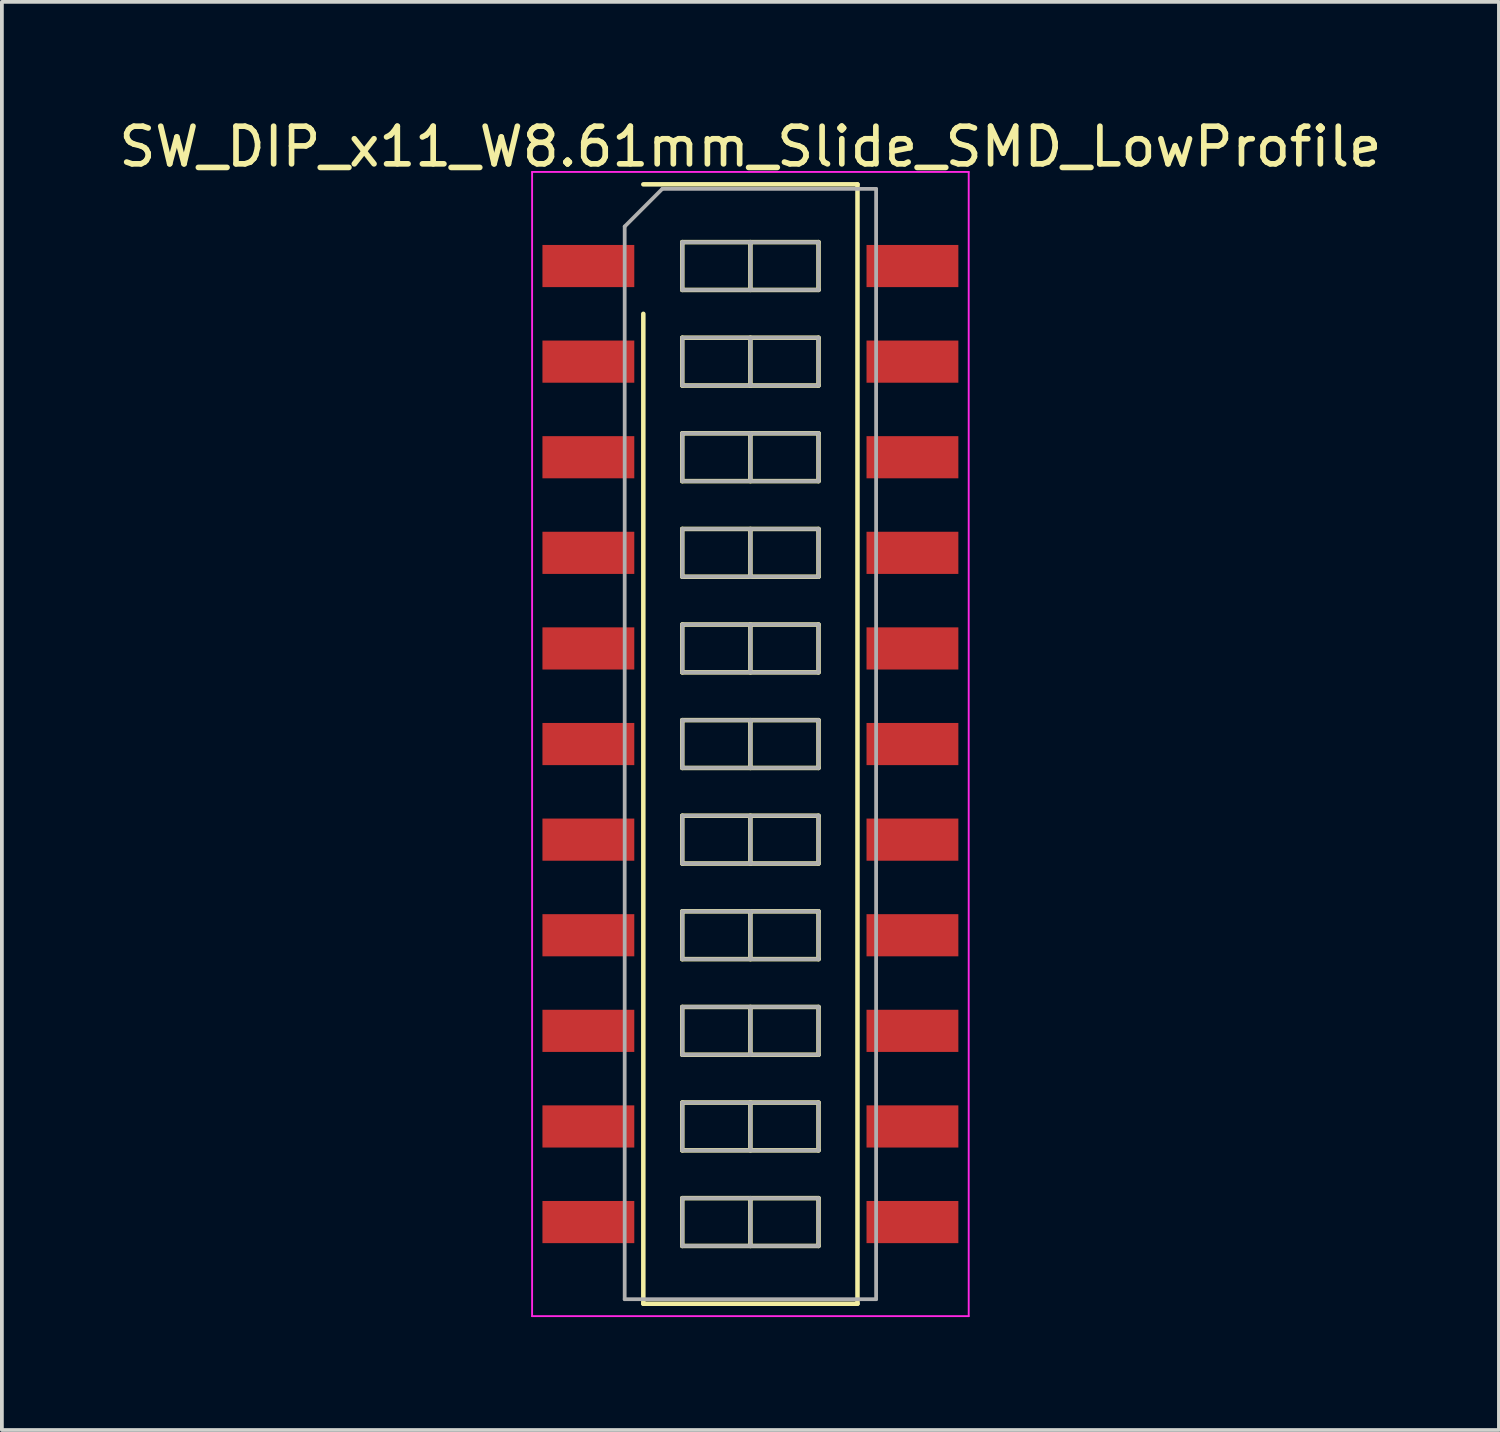
<source format=kicad_pcb>
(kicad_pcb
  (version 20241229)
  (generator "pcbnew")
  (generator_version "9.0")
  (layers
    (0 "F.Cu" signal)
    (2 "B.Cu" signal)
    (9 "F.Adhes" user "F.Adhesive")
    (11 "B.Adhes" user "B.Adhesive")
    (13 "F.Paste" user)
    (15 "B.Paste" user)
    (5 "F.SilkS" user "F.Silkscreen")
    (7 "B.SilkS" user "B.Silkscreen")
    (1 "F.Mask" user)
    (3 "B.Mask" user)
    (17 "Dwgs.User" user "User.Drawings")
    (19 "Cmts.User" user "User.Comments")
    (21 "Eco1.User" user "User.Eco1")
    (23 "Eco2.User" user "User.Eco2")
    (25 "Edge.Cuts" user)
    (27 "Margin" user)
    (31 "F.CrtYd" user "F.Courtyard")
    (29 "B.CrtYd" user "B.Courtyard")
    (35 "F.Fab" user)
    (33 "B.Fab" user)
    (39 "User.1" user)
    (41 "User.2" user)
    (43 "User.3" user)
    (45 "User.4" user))
  (footprint "SW_DIP_x11_W8.61mm_Slide_SMD_LowProfile"
    (layer "F.Cu")
    (at 16.887 16.718)
    (property "Reference" "SW_DIP_x11_W8.61mm_Slide_SMD_LowProfile" (at 0 -15.87 0) (layer "F.SilkS") (effects (font (size 1 1) (thickness 0.15))))
    (attr smd)
    (fp_line (start -2.845 -14.87) (end 2.845 -14.87) (stroke (width 0.12) (type solid)) (layer "F.SilkS"))
    (fp_line (start -2.845 14.87) (end -2.845 -11.43) (stroke (width 0.12) (type solid)) (layer "F.SilkS"))
    (fp_line (start -1.81 -13.335) (end -1.81 -12.065) (stroke (width 0.12) (type solid)) (layer "F.SilkS"))
    (fp_line (start -1.81 -12.065) (end 1.81 -12.065) (stroke (width 0.12) (type solid)) (layer "F.SilkS"))
    (fp_line (start -1.81 -10.795) (end -1.81 -9.525) (stroke (width 0.12) (type solid)) (layer "F.SilkS"))
    (fp_line (start -1.81 -9.525) (end 1.81 -9.525) (stroke (width 0.12) (type solid)) (layer "F.SilkS"))
    (fp_line (start -1.81 -8.255) (end -1.81 -6.985) (stroke (width 0.12) (type solid)) (layer "F.SilkS"))
    (fp_line (start -1.81 -6.985) (end 1.81 -6.985) (stroke (width 0.12) (type solid)) (layer "F.SilkS"))
    (fp_line (start -1.81 -5.715) (end -1.81 -4.445) (stroke (width 0.12) (type solid)) (layer "F.SilkS"))
    (fp_line (start -1.81 -4.445) (end 1.81 -4.445) (stroke (width 0.12) (type solid)) (layer "F.SilkS"))
    (fp_line (start -1.81 -3.175) (end -1.81 -1.905) (stroke (width 0.12) (type solid)) (layer "F.SilkS"))
    (fp_line (start -1.81 -1.905) (end 1.81 -1.905) (stroke (width 0.12) (type solid)) (layer "F.SilkS"))
    (fp_line (start -1.81 -0.635) (end -1.81 0.635) (stroke (width 0.12) (type solid)) (layer "F.SilkS"))
    (fp_line (start -1.81 0.635) (end 1.81 0.635) (stroke (width 0.12) (type solid)) (layer "F.SilkS"))
    (fp_line (start -1.81 1.905) (end -1.81 3.175) (stroke (width 0.12) (type solid)) (layer "F.SilkS"))
    (fp_line (start -1.81 3.175) (end 1.81 3.175) (stroke (width 0.12) (type solid)) (layer "F.SilkS"))
    (fp_line (start -1.81 4.445) (end -1.81 5.715) (stroke (width 0.12) (type solid)) (layer "F.SilkS"))
    (fp_line (start -1.81 5.715) (end 1.81 5.715) (stroke (width 0.12) (type solid)) (layer "F.SilkS"))
    (fp_line (start -1.81 6.985) (end -1.81 8.255) (stroke (width 0.12) (type solid)) (layer "F.SilkS"))
    (fp_line (start -1.81 8.255) (end 1.81 8.255) (stroke (width 0.12) (type solid)) (layer "F.SilkS"))
    (fp_line (start -1.81 9.525) (end -1.81 10.795) (stroke (width 0.12) (type solid)) (layer "F.SilkS"))
    (fp_line (start -1.81 10.795) (end 1.81 10.795) (stroke (width 0.12) (type solid)) (layer "F.SilkS"))
    (fp_line (start -1.81 12.065) (end -1.81 13.335) (stroke (width 0.12) (type solid)) (layer "F.SilkS"))
    (fp_line (start -1.81 13.335) (end 1.81 13.335) (stroke (width 0.12) (type solid)) (layer "F.SilkS"))
    (fp_line (start 0 -13.335) (end 0 -12.065) (stroke (width 0.12) (type solid)) (layer "F.SilkS"))
    (fp_line (start 0 -10.795) (end 0 -9.525) (stroke (width 0.12) (type solid)) (layer "F.SilkS"))
    (fp_line (start 0 -8.255) (end 0 -6.985) (stroke (width 0.12) (type solid)) (layer "F.SilkS"))
    (fp_line (start 0 -5.715) (end 0 -4.445) (stroke (width 0.12) (type solid)) (layer "F.SilkS"))
    (fp_line (start 0 -3.175) (end 0 -1.905) (stroke (width 0.12) (type solid)) (layer "F.SilkS"))
    (fp_line (start 0 -0.635) (end 0 0.635) (stroke (width 0.12) (type solid)) (layer "F.SilkS"))
    (fp_line (start 0 1.905) (end 0 3.175) (stroke (width 0.12) (type solid)) (layer "F.SilkS"))
    (fp_line (start 0 4.445) (end 0 5.715) (stroke (width 0.12) (type solid)) (layer "F.SilkS"))
    (fp_line (start 0 6.985) (end 0 8.255) (stroke (width 0.12) (type solid)) (layer "F.SilkS"))
    (fp_line (start 0 9.525) (end 0 10.795) (stroke (width 0.12) (type solid)) (layer "F.SilkS"))
    (fp_line (start 0 12.065) (end 0 13.335) (stroke (width 0.12) (type solid)) (layer "F.SilkS"))
    (fp_line (start 1.81 -13.335) (end -1.81 -13.335) (stroke (width 0.12) (type solid)) (layer "F.SilkS"))
    (fp_line (start 1.81 -12.065) (end 1.81 -13.335) (stroke (width 0.12) (type solid)) (layer "F.SilkS"))
    (fp_line (start 1.81 -10.795) (end -1.81 -10.795) (stroke (width 0.12) (type solid)) (layer "F.SilkS"))
    (fp_line (start 1.81 -9.525) (end 1.81 -10.795) (stroke (width 0.12) (type solid)) (layer "F.SilkS"))
    (fp_line (start 1.81 -8.255) (end -1.81 -8.255) (stroke (width 0.12) (type solid)) (layer "F.SilkS"))
    (fp_line (start 1.81 -6.985) (end 1.81 -8.255) (stroke (width 0.12) (type solid)) (layer "F.SilkS"))
    (fp_line (start 1.81 -5.715) (end -1.81 -5.715) (stroke (width 0.12) (type solid)) (layer "F.SilkS"))
    (fp_line (start 1.81 -4.445) (end 1.81 -5.715) (stroke (width 0.12) (type solid)) (layer "F.SilkS"))
    (fp_line (start 1.81 -3.175) (end -1.81 -3.175) (stroke (width 0.12) (type solid)) (layer "F.SilkS"))
    (fp_line (start 1.81 -1.905) (end 1.81 -3.175) (stroke (width 0.12) (type solid)) (layer "F.SilkS"))
    (fp_line (start 1.81 -0.635) (end -1.81 -0.635) (stroke (width 0.12) (type solid)) (layer "F.SilkS"))
    (fp_line (start 1.81 0.635) (end 1.81 -0.635) (stroke (width 0.12) (type solid)) (layer "F.SilkS"))
    (fp_line (start 1.81 1.905) (end -1.81 1.905) (stroke (width 0.12) (type solid)) (layer "F.SilkS"))
    (fp_line (start 1.81 3.175) (end 1.81 1.905) (stroke (width 0.12) (type solid)) (layer "F.SilkS"))
    (fp_line (start 1.81 4.445) (end -1.81 4.445) (stroke (width 0.12) (type solid)) (layer "F.SilkS"))
    (fp_line (start 1.81 5.715) (end 1.81 4.445) (stroke (width 0.12) (type solid)) (layer "F.SilkS"))
    (fp_line (start 1.81 6.985) (end -1.81 6.985) (stroke (width 0.12) (type solid)) (layer "F.SilkS"))
    (fp_line (start 1.81 8.255) (end 1.81 6.985) (stroke (width 0.12) (type solid)) (layer "F.SilkS"))
    (fp_line (start 1.81 9.525) (end -1.81 9.525) (stroke (width 0.12) (type solid)) (layer "F.SilkS"))
    (fp_line (start 1.81 10.795) (end 1.81 9.525) (stroke (width 0.12) (type solid)) (layer "F.SilkS"))
    (fp_line (start 1.81 12.065) (end -1.81 12.065) (stroke (width 0.12) (type solid)) (layer "F.SilkS"))
    (fp_line (start 1.81 13.335) (end 1.81 12.065) (stroke (width 0.12) (type solid)) (layer "F.SilkS"))
    (fp_line (start 2.845 -14.87) (end 2.845 14.87) (stroke (width 0.12) (type solid)) (layer "F.SilkS"))
    (fp_line (start 2.845 14.87) (end -2.845 14.87) (stroke (width 0.12) (type solid)) (layer "F.SilkS"))
    (fp_line (start -5.8 -15.2) (end -5.8 15.2) (stroke (width 0.05) (type solid)) (layer "F.CrtYd"))
    (fp_line (start -5.8 15.2) (end 5.8 15.2) (stroke (width 0.05) (type solid)) (layer "F.CrtYd"))
    (fp_line (start 5.8 -15.2) (end -5.8 -15.2) (stroke (width 0.05) (type solid)) (layer "F.CrtYd"))
    (fp_line (start 5.8 15.2) (end 5.8 -15.2) (stroke (width 0.05) (type solid)) (layer "F.CrtYd"))
    (fp_line (start -3.34 -13.75) (end -2.34 -14.75) (stroke (width 0.1) (type solid)) (layer "F.Fab"))
    (fp_line (start -3.34 14.75) (end -3.34 -13.75) (stroke (width 0.1) (type solid)) (layer "F.Fab"))
    (fp_line (start -2.34 -14.75) (end 3.34 -14.75) (stroke (width 0.1) (type solid)) (layer "F.Fab"))
    (fp_line (start -1.81 -13.335) (end -1.81 -12.065) (stroke (width 0.1) (type solid)) (layer "F.Fab"))
    (fp_line (start -1.81 -12.065) (end 1.81 -12.065) (stroke (width 0.1) (type solid)) (layer "F.Fab"))
    (fp_line (start -1.81 -10.795) (end -1.81 -9.525) (stroke (width 0.1) (type solid)) (layer "F.Fab"))
    (fp_line (start -1.81 -9.525) (end 1.81 -9.525) (stroke (width 0.1) (type solid)) (layer "F.Fab"))
    (fp_line (start -1.81 -8.255) (end -1.81 -6.985) (stroke (width 0.1) (type solid)) (layer "F.Fab"))
    (fp_line (start -1.81 -6.985) (end 1.81 -6.985) (stroke (width 0.1) (type solid)) (layer "F.Fab"))
    (fp_line (start -1.81 -5.715) (end -1.81 -4.445) (stroke (width 0.1) (type solid)) (layer "F.Fab"))
    (fp_line (start -1.81 -4.445) (end 1.81 -4.445) (stroke (width 0.1) (type solid)) (layer "F.Fab"))
    (fp_line (start -1.81 -3.175) (end -1.81 -1.905) (stroke (width 0.1) (type solid)) (layer "F.Fab"))
    (fp_line (start -1.81 -1.905) (end 1.81 -1.905) (stroke (width 0.1) (type solid)) (layer "F.Fab"))
    (fp_line (start -1.81 -0.635) (end -1.81 0.635) (stroke (width 0.1) (type solid)) (layer "F.Fab"))
    (fp_line (start -1.81 0.635) (end 1.81 0.635) (stroke (width 0.1) (type solid)) (layer "F.Fab"))
    (fp_line (start -1.81 1.905) (end -1.81 3.175) (stroke (width 0.1) (type solid)) (layer "F.Fab"))
    (fp_line (start -1.81 3.175) (end 1.81 3.175) (stroke (width 0.1) (type solid)) (layer "F.Fab"))
    (fp_line (start -1.81 4.445) (end -1.81 5.715) (stroke (width 0.1) (type solid)) (layer "F.Fab"))
    (fp_line (start -1.81 5.715) (end 1.81 5.715) (stroke (width 0.1) (type solid)) (layer "F.Fab"))
    (fp_line (start -1.81 6.985) (end -1.81 8.255) (stroke (width 0.1) (type solid)) (layer "F.Fab"))
    (fp_line (start -1.81 8.255) (end 1.81 8.255) (stroke (width 0.1) (type solid)) (layer "F.Fab"))
    (fp_line (start -1.81 9.525) (end -1.81 10.795) (stroke (width 0.1) (type solid)) (layer "F.Fab"))
    (fp_line (start -1.81 10.795) (end 1.81 10.795) (stroke (width 0.1) (type solid)) (layer "F.Fab"))
    (fp_line (start -1.81 12.065) (end -1.81 13.335) (stroke (width 0.1) (type solid)) (layer "F.Fab"))
    (fp_line (start -1.81 13.335) (end 1.81 13.335) (stroke (width 0.1) (type solid)) (layer "F.Fab"))
    (fp_line (start 0 -13.335) (end 0 -12.065) (stroke (width 0.1) (type solid)) (layer "F.Fab"))
    (fp_line (start 0 -10.795) (end 0 -9.525) (stroke (width 0.1) (type solid)) (layer "F.Fab"))
    (fp_line (start 0 -8.255) (end 0 -6.985) (stroke (width 0.1) (type solid)) (layer "F.Fab"))
    (fp_line (start 0 -5.715) (end 0 -4.445) (stroke (width 0.1) (type solid)) (layer "F.Fab"))
    (fp_line (start 0 -3.175) (end 0 -1.905) (stroke (width 0.1) (type solid)) (layer "F.Fab"))
    (fp_line (start 0 -0.635) (end 0 0.635) (stroke (width 0.1) (type solid)) (layer "F.Fab"))
    (fp_line (start 0 1.905) (end 0 3.175) (stroke (width 0.1) (type solid)) (layer "F.Fab"))
    (fp_line (start 0 4.445) (end 0 5.715) (stroke (width 0.1) (type solid)) (layer "F.Fab"))
    (fp_line (start 0 6.985) (end 0 8.255) (stroke (width 0.1) (type solid)) (layer "F.Fab"))
    (fp_line (start 0 9.525) (end 0 10.795) (stroke (width 0.1) (type solid)) (layer "F.Fab"))
    (fp_line (start 0 12.065) (end 0 13.335) (stroke (width 0.1) (type solid)) (layer "F.Fab"))
    (fp_line (start 1.81 -13.335) (end -1.81 -13.335) (stroke (width 0.1) (type solid)) (layer "F.Fab"))
    (fp_line (start 1.81 -12.065) (end 1.81 -13.335) (stroke (width 0.1) (type solid)) (layer "F.Fab"))
    (fp_line (start 1.81 -10.795) (end -1.81 -10.795) (stroke (width 0.1) (type solid)) (layer "F.Fab"))
    (fp_line (start 1.81 -9.525) (end 1.81 -10.795) (stroke (width 0.1) (type solid)) (layer "F.Fab"))
    (fp_line (start 1.81 -8.255) (end -1.81 -8.255) (stroke (width 0.1) (type solid)) (layer "F.Fab"))
    (fp_line (start 1.81 -6.985) (end 1.81 -8.255) (stroke (width 0.1) (type solid)) (layer "F.Fab"))
    (fp_line (start 1.81 -5.715) (end -1.81 -5.715) (stroke (width 0.1) (type solid)) (layer "F.Fab"))
    (fp_line (start 1.81 -4.445) (end 1.81 -5.715) (stroke (width 0.1) (type solid)) (layer "F.Fab"))
    (fp_line (start 1.81 -3.175) (end -1.81 -3.175) (stroke (width 0.1) (type solid)) (layer "F.Fab"))
    (fp_line (start 1.81 -1.905) (end 1.81 -3.175) (stroke (width 0.1) (type solid)) (layer "F.Fab"))
    (fp_line (start 1.81 -0.635) (end -1.81 -0.635) (stroke (width 0.1) (type solid)) (layer "F.Fab"))
    (fp_line (start 1.81 0.635) (end 1.81 -0.635) (stroke (width 0.1) (type solid)) (layer "F.Fab"))
    (fp_line (start 1.81 1.905) (end -1.81 1.905) (stroke (width 0.1) (type solid)) (layer "F.Fab"))
    (fp_line (start 1.81 3.175) (end 1.81 1.905) (stroke (width 0.1) (type solid)) (layer "F.Fab"))
    (fp_line (start 1.81 4.445) (end -1.81 4.445) (stroke (width 0.1) (type solid)) (layer "F.Fab"))
    (fp_line (start 1.81 5.715) (end 1.81 4.445) (stroke (width 0.1) (type solid)) (layer "F.Fab"))
    (fp_line (start 1.81 6.985) (end -1.81 6.985) (stroke (width 0.1) (type solid)) (layer "F.Fab"))
    (fp_line (start 1.81 8.255) (end 1.81 6.985) (stroke (width 0.1) (type solid)) (layer "F.Fab"))
    (fp_line (start 1.81 9.525) (end -1.81 9.525) (stroke (width 0.1) (type solid)) (layer "F.Fab"))
    (fp_line (start 1.81 10.795) (end 1.81 9.525) (stroke (width 0.1) (type solid)) (layer "F.Fab"))
    (fp_line (start 1.81 12.065) (end -1.81 12.065) (stroke (width 0.1) (type solid)) (layer "F.Fab"))
    (fp_line (start 1.81 13.335) (end 1.81 12.065) (stroke (width 0.1) (type solid)) (layer "F.Fab"))
    (fp_line (start 3.34 -14.75) (end 3.34 14.75) (stroke (width 0.1) (type solid)) (layer "F.Fab"))
    (fp_line (start 3.34 14.75) (end -3.34 14.75) (stroke (width 0.1) (type solid)) (layer "F.Fab"))
    (pad "1" smd rect (at -4.305 -12.7) (size 2.44 1.12) (layers "F.Cu" "F.Mask"))
    (pad "2" smd rect (at -4.305 -10.16) (size 2.44 1.12) (layers "F.Cu" "F.Mask"))
    (pad "3" smd rect (at -4.305 -7.62) (size 2.44 1.12) (layers "F.Cu" "F.Mask"))
    (pad "4" smd rect (at -4.305 -5.08) (size 2.44 1.12) (layers "F.Cu" "F.Mask"))
    (pad "5" smd rect (at -4.305 -2.54) (size 2.44 1.12) (layers "F.Cu" "F.Mask"))
    (pad "6" smd rect (at -4.305 0) (size 2.44 1.12) (layers "F.Cu" "F.Mask"))
    (pad "7" smd rect (at -4.305 2.54) (size 2.44 1.12) (layers "F.Cu" "F.Mask"))
    (pad "8" smd rect (at -4.305 5.08) (size 2.44 1.12) (layers "F.Cu" "F.Mask"))
    (pad "9" smd rect (at -4.305 7.62) (size 2.44 1.12) (layers "F.Cu" "F.Mask"))
    (pad "10" smd rect (at -4.305 10.16) (size 2.44 1.12) (layers "F.Cu" "F.Mask"))
    (pad "11" smd rect (at -4.305 12.7) (size 2.44 1.12) (layers "F.Cu" "F.Mask"))
    (pad "12" smd rect (at 4.305 12.7) (size 2.44 1.12) (layers "F.Cu" "F.Mask"))
    (pad "13" smd rect (at 4.305 10.16) (size 2.44 1.12) (layers "F.Cu" "F.Mask"))
    (pad "14" smd rect (at 4.305 7.62) (size 2.44 1.12) (layers "F.Cu" "F.Mask"))
    (pad "15" smd rect (at 4.305 5.08) (size 2.44 1.12) (layers "F.Cu" "F.Mask"))
    (pad "16" smd rect (at 4.305 2.54) (size 2.44 1.12) (layers "F.Cu" "F.Mask"))
    (pad "17" smd rect (at 4.305 0) (size 2.44 1.12) (layers "F.Cu" "F.Mask"))
    (pad "18" smd rect (at 4.305 -2.54) (size 2.44 1.12) (layers "F.Cu" "F.Mask"))
    (pad "19" smd rect (at 4.305 -5.08) (size 2.44 1.12) (layers "F.Cu" "F.Mask"))
    (pad "20" smd rect (at 4.305 -7.62) (size 2.44 1.12) (layers "F.Cu" "F.Mask"))
    (pad "21" smd rect (at 4.305 -10.16) (size 2.44 1.12) (layers "F.Cu" "F.Mask"))
    (pad "22" smd rect (at 4.305 -12.7) (size 2.44 1.12) (layers "F.Cu" "F.Mask")))
  (gr_rect
    (start -3 -3)
    (end 36.774 34.943)
    (stroke (width 0.1) (type default))
    (fill no)
    (layer "Edge.Cuts")))
</source>
